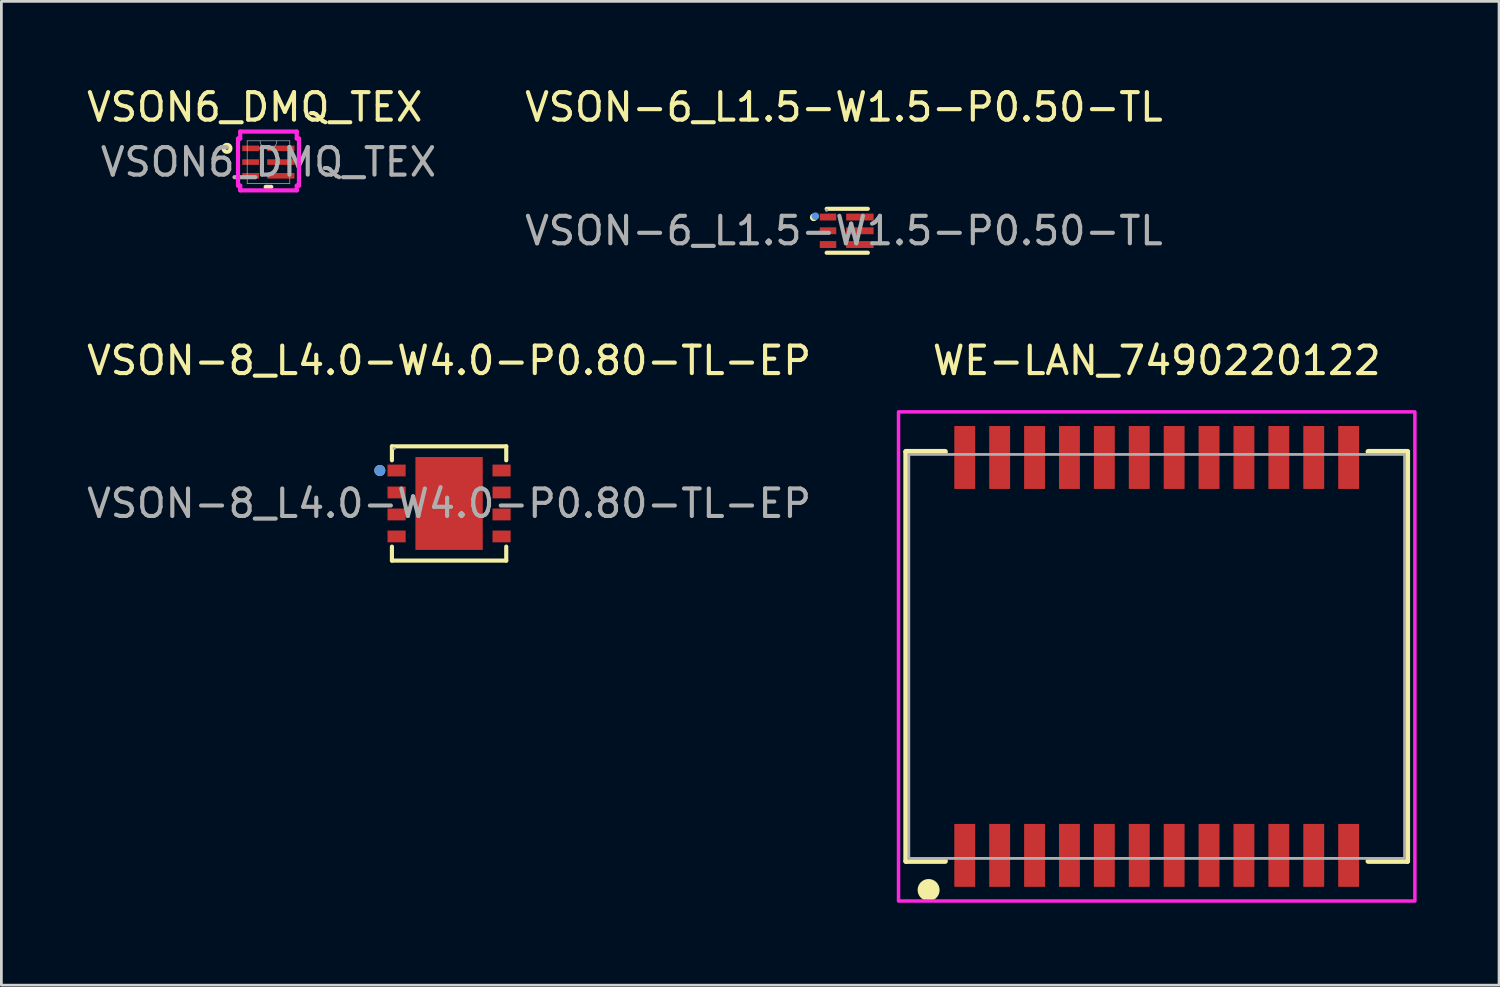
<source format=kicad_pcb>
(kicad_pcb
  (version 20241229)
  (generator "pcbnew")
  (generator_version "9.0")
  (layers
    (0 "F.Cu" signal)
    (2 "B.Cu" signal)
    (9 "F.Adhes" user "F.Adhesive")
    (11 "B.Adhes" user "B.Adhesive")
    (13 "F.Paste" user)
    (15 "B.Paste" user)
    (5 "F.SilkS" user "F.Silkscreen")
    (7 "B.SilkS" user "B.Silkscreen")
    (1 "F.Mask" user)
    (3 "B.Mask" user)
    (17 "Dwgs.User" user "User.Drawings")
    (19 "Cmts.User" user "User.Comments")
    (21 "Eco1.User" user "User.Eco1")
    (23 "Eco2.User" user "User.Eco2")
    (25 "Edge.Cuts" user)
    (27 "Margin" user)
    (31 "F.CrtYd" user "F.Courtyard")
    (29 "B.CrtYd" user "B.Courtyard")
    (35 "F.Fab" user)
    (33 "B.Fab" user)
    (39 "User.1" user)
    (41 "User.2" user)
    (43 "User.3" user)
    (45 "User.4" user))
  (footprint "VSON-8_L4.0-W4.0-P0.80-TL-EP"
    (layer "F.Cu")
    (at 13.292 15.271)
    (property "Reference" "VSON-8_L4.0-W4.0-P0.80-TL-EP" (at 0 -5.2 0) (layer "F.SilkS") (effects (font (size 1 1) (thickness 0.15))))
    (attr smd)
    (fp_line (start -2.08 -2.08) (end 2.08 -2.08) (stroke (width 0.15) (type solid)) (layer "F.SilkS"))
    (fp_line (start -2.08 -1.57) (end -2.08 -2.08) (stroke (width 0.15) (type solid)) (layer "F.SilkS"))
    (fp_line (start -2.08 1.57) (end -2.08 2.08) (stroke (width 0.15) (type solid)) (layer "F.SilkS"))
    (fp_line (start -2.08 2.08) (end 2.08 2.08) (stroke (width 0.15) (type solid)) (layer "F.SilkS"))
    (fp_line (start 2.08 -2.08) (end 2.08 -1.57) (stroke (width 0.15) (type solid)) (layer "F.SilkS"))
    (fp_line (start 2.08 2.08) (end 2.08 1.57) (stroke (width 0.15) (type solid)) (layer "F.SilkS"))
    (fp_circle (center -2.52 -1.2) (end -2.42 -1.2) (stroke (width 0.2) (type solid)) (fill no) (layer "F.SilkS"))
    (fp_circle (center -2.52 -1.2) (end -2.42 -1.2) (stroke (width 0.2) (type solid)) (fill no) (layer "Cmts.User"))
    (fp_circle (center -2 -2) (end -1.97 -2) (stroke (width 0.06) (type solid)) (fill no) (layer "F.Fab"))
    (fp_text user "${REFERENCE}" (at 0 0 0) (layer "F.Fab") (effects (font (size 1 1) (thickness 0.15))))
    (pad "1" smd rect (at -1.91 -1.2) (size 0.66 0.43) (layers "F.Cu" "F.Mask" "F.Paste"))
    (pad "2" smd rect (at -1.91 -0.4) (size 0.66 0.43) (layers "F.Cu" "F.Mask" "F.Paste"))
    (pad "3" smd rect (at -1.91 0.4) (size 0.66 0.43) (layers "F.Cu" "F.Mask" "F.Paste"))
    (pad "4" smd rect (at -1.91 1.2) (size 0.66 0.43) (layers "F.Cu" "F.Mask" "F.Paste"))
    (pad "5" smd rect (at 1.91 1.2) (size 0.66 0.43) (layers "F.Cu" "F.Mask" "F.Paste"))
    (pad "6" smd rect (at 1.91 0.4) (size 0.66 0.43) (layers "F.Cu" "F.Mask" "F.Paste"))
    (pad "7" smd rect (at 1.91 -0.4) (size 0.66 0.43) (layers "F.Cu" "F.Mask" "F.Paste"))
    (pad "8" smd rect (at 1.91 -1.2) (size 0.66 0.43) (layers "F.Cu" "F.Mask" "F.Paste"))
    (pad "9" smd rect (at 0 0) (size 2.45 3.38) (layers "F.Cu" "F.Mask" "F.Paste")))
  (footprint "VSON6_DMQ_TEX"
    (layer "F.Cu")
    (at 6.72 2.848)
    (property "Reference" "VSON6_DMQ_TEX" (at -0.5 -2 0) (unlocked yes) (layer "F.SilkS") (effects (font (size 1 1) (thickness 0.15))))
    (attr smd)
    (fp_line (start -0.101 0.902) (end 0.101 0.902) (stroke (width 0.152) (type solid)) (layer "F.SilkS"))
    (fp_circle (center -1.511 -0.5) (end -1.384 -0.5) (stroke (width 0.152) (type solid)) (fill no) (layer "F.SilkS"))
    (fp_line (start -1.109 -0.856) (end -1.029 -0.856) (stroke (width 0.152) (type solid)) (layer "F.CrtYd"))
    (fp_line (start -1.109 0.856) (end -1.109 -0.856) (stroke (width 0.152) (type solid)) (layer "F.CrtYd"))
    (fp_line (start -1.109 0.856) (end -1.029 0.856) (stroke (width 0.152) (type solid)) (layer "F.CrtYd"))
    (fp_line (start -1.029 -1.11) (end 1.029 -1.11) (stroke (width 0.152) (type solid)) (layer "F.CrtYd"))
    (fp_line (start -1.029 -0.856) (end -1.029 -1.11) (stroke (width 0.152) (type solid)) (layer "F.CrtYd"))
    (fp_line (start -1.029 1.029) (end -1.029 0.856) (stroke (width 0.152) (type solid)) (layer "F.CrtYd"))
    (fp_line (start 1.029 -1.11) (end 1.029 -0.856) (stroke (width 0.152) (type solid)) (layer "F.CrtYd"))
    (fp_line (start 1.029 0.856) (end 1.029 1.029) (stroke (width 0.152) (type solid)) (layer "F.CrtYd"))
    (fp_line (start 1.029 1.029) (end -1.029 1.029) (stroke (width 0.152) (type solid)) (layer "F.CrtYd"))
    (fp_line (start 1.109 -0.856) (end 1.029 -0.856) (stroke (width 0.152) (type solid)) (layer "F.CrtYd"))
    (fp_line (start 1.109 -0.856) (end 1.109 0.856) (stroke (width 0.152) (type solid)) (layer "F.CrtYd"))
    (fp_line (start 1.109 0.856) (end 1.029 0.856) (stroke (width 0.152) (type solid)) (layer "F.CrtYd"))
    (fp_line (start -0.775 -0.775) (end -0.775 0.775) (stroke (width 0.025) (type solid)) (layer "F.Fab"))
    (fp_line (start -0.775 0.775) (end 0.775 0.775) (stroke (width 0.025) (type solid)) (layer "F.Fab"))
    (fp_line (start 0.775 -0.775) (end -0.775 -0.775) (stroke (width 0.025) (type solid)) (layer "F.Fab"))
    (fp_line (start 0.775 0.775) (end 0.775 -0.775) (stroke (width 0.025) (type solid)) (layer "F.Fab"))
    (fp_arc (start 0.3048 -0.7747) (mid 0 -0.4699) (end -0.3048 -0.7747) (stroke (width 0.0254) (type solid)) (layer "F.Fab"))
    (fp_circle (center -0.245 -0.5) (end -0.169 -0.5) (stroke (width 0.025) (type solid)) (fill no) (layer "F.Fab"))
    (fp_text user "${REFERENCE}" (at 0 0 0) (unlocked yes) (layer "F.Fab") (effects (font (size 1 1) (thickness 0.15))))
    (pad "1" smd rect (at -0.65 -0.5) (size 0.61 0.203) (layers "F.Cu" "F.Mask" "F.Paste"))
    (pad "2" smd rect (at -0.65 0) (size 0.61 0.203) (layers "F.Cu" "F.Mask" "F.Paste"))
    (pad "3" smd rect (at -0.65 0.5) (size 0.61 0.203) (layers "F.Cu" "F.Mask" "F.Paste"))
    (pad "4" smd rect (at 0.45 0.5) (size 0.991 0.203) (layers "F.Cu" "F.Mask" "F.Paste"))
    (pad "5" smd rect (at 0.45 0) (size 0.991 0.203) (layers "F.Cu" "F.Mask" "F.Paste"))
    (pad "6" smd rect (at 0.45 -0.5) (size 0.991 0.203) (layers "F.Cu" "F.Mask" "F.Paste")))
  (footprint "WE-LAN_7490220122"
    (layer "F.Cu")
    (at 39.042 20.837)
    (property "Reference" "WE-LAN_7490220122" (at 0 -10.765 0) (layer "F.SilkS") (effects (font (size 1 1) (thickness 0.15))))
    (attr smd)
    (fp_line (start -9.12 -7.45) (end -7.7 -7.45) (stroke (width 0.2) (type solid)) (layer "F.SilkS"))
    (fp_line (start -9.12 7.45) (end -9.12 -7.45) (stroke (width 0.2) (type solid)) (layer "F.SilkS"))
    (fp_line (start -9.12 7.45) (end -7.7 7.45) (stroke (width 0.2) (type solid)) (layer "F.SilkS"))
    (fp_line (start 9.12 -7.45) (end 7.7 -7.45) (stroke (width 0.2) (type solid)) (layer "F.SilkS"))
    (fp_line (start 9.12 -7.45) (end 9.12 7.45) (stroke (width 0.2) (type solid)) (layer "F.SilkS"))
    (fp_line (start 9.12 7.45) (end 7.7 7.45) (stroke (width 0.2) (type solid)) (layer "F.SilkS"))
    (fp_circle (center -8.3 8.5) (end -8.1 8.5) (stroke (width 0.4) (type solid)) (fill no) (layer "F.SilkS"))
    (fp_poly (pts (xy -9.395 8.9) (xy -9.395 -8.9) (xy 9.395 -8.9) (xy 9.395 8.9)) (stroke (width 0.127) (type solid)) (fill no) (layer "F.CrtYd"))
    (fp_line (start -9.02 -7.35) (end 9.02 -7.35) (stroke (width 0.1) (type solid)) (layer "F.Fab"))
    (fp_line (start -9.02 7.35) (end -9.02 -7.35) (stroke (width 0.1) (type solid)) (layer "F.Fab"))
    (fp_line (start 9.02 -7.35) (end 9.02 7.35) (stroke (width 0.1) (type solid)) (layer "F.Fab"))
    (fp_line (start 9.02 7.35) (end -9.02 7.35) (stroke (width 0.1) (type solid)) (layer "F.Fab"))
    (pad "1" smd rect (at -6.985 7.24) (size 0.76 2.29) (layers "F.Cu" "F.Mask" "F.Paste"))
    (pad "2" smd rect (at -5.715 7.24) (size 0.76 2.29) (layers "F.Cu" "F.Mask" "F.Paste"))
    (pad "3" smd rect (at -4.445 7.24) (size 0.76 2.29) (layers "F.Cu" "F.Mask" "F.Paste"))
    (pad "4" smd rect (at -3.175 7.24) (size 0.76 2.29) (layers "F.Cu" "F.Mask" "F.Paste"))
    (pad "5" smd rect (at -1.905 7.24) (size 0.76 2.29) (layers "F.Cu" "F.Mask" "F.Paste"))
    (pad "6" smd rect (at -0.635 7.24) (size 0.76 2.29) (layers "F.Cu" "F.Mask" "F.Paste"))
    (pad "7" smd rect (at 0.635 7.24) (size 0.76 2.29) (layers "F.Cu" "F.Mask" "F.Paste"))
    (pad "8" smd rect (at 1.905 7.24) (size 0.76 2.29) (layers "F.Cu" "F.Mask" "F.Paste"))
    (pad "9" smd rect (at 3.175 7.24) (size 0.76 2.29) (layers "F.Cu" "F.Mask" "F.Paste"))
    (pad "10" smd rect (at 4.445 7.24) (size 0.76 2.29) (layers "F.Cu" "F.Mask" "F.Paste"))
    (pad "11" smd rect (at 5.715 7.24) (size 0.76 2.29) (layers "F.Cu" "F.Mask" "F.Paste"))
    (pad "12" smd rect (at 6.985 7.24) (size 0.76 2.29) (layers "F.Cu" "F.Mask" "F.Paste"))
    (pad "13" smd rect (at 6.985 -7.24) (size 0.76 2.29) (layers "F.Cu" "F.Mask" "F.Paste"))
    (pad "14" smd rect (at 5.715 -7.24) (size 0.76 2.29) (layers "F.Cu" "F.Mask" "F.Paste"))
    (pad "15" smd rect (at 4.445 -7.24) (size 0.76 2.29) (layers "F.Cu" "F.Mask" "F.Paste"))
    (pad "16" smd rect (at 3.175 -7.24) (size 0.76 2.29) (layers "F.Cu" "F.Mask" "F.Paste"))
    (pad "17" smd rect (at 1.905 -7.24) (size 0.76 2.29) (layers "F.Cu" "F.Mask" "F.Paste"))
    (pad "18" smd rect (at 0.635 -7.24) (size 0.76 2.29) (layers "F.Cu" "F.Mask" "F.Paste"))
    (pad "19" smd rect (at -0.635 -7.24) (size 0.76 2.29) (layers "F.Cu" "F.Mask" "F.Paste"))
    (pad "20" smd rect (at -1.905 -7.24) (size 0.76 2.29) (layers "F.Cu" "F.Mask" "F.Paste"))
    (pad "21" smd rect (at -3.175 -7.24) (size 0.76 2.29) (layers "F.Cu" "F.Mask" "F.Paste"))
    (pad "22" smd rect (at -4.445 -7.24) (size 0.76 2.29) (layers "F.Cu" "F.Mask" "F.Paste"))
    (pad "23" smd rect (at -5.715 -7.24) (size 0.76 2.29) (layers "F.Cu" "F.Mask" "F.Paste"))
    (pad "24" smd rect (at -6.985 -7.24) (size 0.76 2.29) (layers "F.Cu" "F.Mask" "F.Paste"))
    (zone (net_name "") (layer "F.Cu") (hatch full 0.508) (connect_pads) (min_thickness 0.1) (filled_areas_thickness no) (keepout (tracks not_allowed) (vias not_allowed) (pads not_allowed) (copperpour not_allowed) (footprints allowed)) (placement (enabled no)) (fill) (polygon (pts (xy 30.142 26.637) (xy 30.142 15.037) (xy 47.942 15.037) (xy 47.942 26.637))))
    (zone (net_name "") (layers "F.Cu" "B.Cu") (hatch full 0.508) (connect_pads) (min_thickness 0.1) (filled_areas_thickness no) (keepout (tracks allowed) (vias not_allowed) (pads allowed) (copperpour allowed) (footprints allowed)) (placement (enabled no)) (fill) (polygon (pts (xy 30.142 26.637) (xy 30.142 15.037) (xy 47.942 15.037) (xy 47.942 26.637)))))
  (footprint "VSON-6_L1.5-W1.5-P0.50-TL"
    (layer "F.Cu")
    (at 27.661 5.348)
    (property "Reference" "VSON-6_L1.5-W1.5-P0.50-TL" (at 0 -4.5 0) (layer "F.SilkS") (effects (font (size 1 1) (thickness 0.15))))
    (attr smd)
    (fp_line (start -0.63 -0.8) (end 0.87 -0.8) (stroke (width 0.15) (type solid)) (layer "F.SilkS"))
    (fp_line (start -0.63 0.8) (end 0.87 0.8) (stroke (width 0.15) (type solid)) (layer "F.SilkS"))
    (fp_circle (center -1.1 -0.49) (end -1.03 -0.49) (stroke (width 0.14) (type solid)) (fill no) (layer "F.SilkS"))
    (fp_circle (center -1.04 -0.53) (end -0.97 -0.53) (stroke (width 0.14) (type solid)) (fill no) (layer "Cmts.User"))
    (fp_circle (center -0.63 -0.75) (end -0.6 -0.75) (stroke (width 0.06) (type solid)) (fill no) (layer "F.Fab"))
    (fp_text user "${REFERENCE}" (at 0 0 0) (layer "F.Fab") (effects (font (size 1 1) (thickness 0.15))))
    (pad "1" smd rect (at -0.58 -0.5 90) (size 0.25 0.6) (layers "F.Cu" "F.Mask" "F.Paste"))
    (pad "2" smd rect (at -0.58 0 90) (size 0.25 0.6) (layers "F.Cu" "F.Mask" "F.Paste"))
    (pad "3" smd rect (at -0.58 0.5 90) (size 0.25 0.6) (layers "F.Cu" "F.Mask" "F.Paste"))
    (pad "4" smd rect (at 0.58 0.5 90) (size 0.25 1) (layers "F.Cu" "F.Mask" "F.Paste"))
    (pad "5" smd rect (at 0.58 0 90) (size 0.25 1) (layers "F.Cu" "F.Mask" "F.Paste"))
    (pad "6" smd rect (at 0.58 -0.5 90) (size 0.25 1) (layers "F.Cu" "F.Mask" "F.Paste")))
  (gr_rect
    (start -3 -3)
    (end 51.5 32.8)
    (stroke (width 0.1) (type default))
    (fill no)
    (layer "Edge.Cuts")))
</source>
